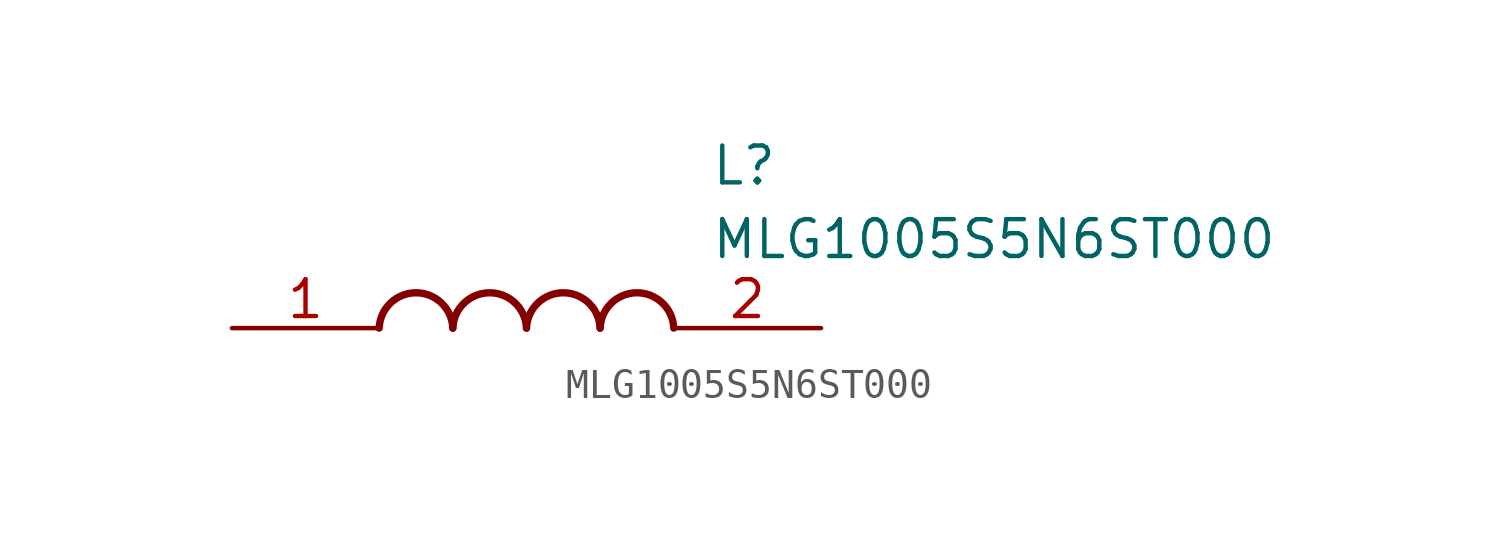
<source format=kicad_sym>
(kicad_symbol_lib
  (version 20211014)
  (generator SamacSys_ECAD_Model)
  (symbol "MLG1005S5N6ST000"
    (pin_names hide)
    (property "Reference" "L"
      (at 16.51 6.35 0)
      (effects (font (size 1.27 1.27)) (justify left top)))
    (property "Value" "MLG1005S5N6ST000"
      (at 16.51 3.81 0)
      (effects (font (size 1.27 1.27)) (justify left top)))
    (arc
      (start 7.62 0)
      (mid 6.35 1.219)
      (end 5.08 0)
      (stroke (width 0.254) (type default))
      (fill (type none)))
    (arc
      (start 10.16 0)
      (mid 8.89 1.219)
      (end 7.62 0)
      (stroke (width 0.254) (type default))
      (fill (type none)))
    (arc
      (start 12.7 0)
      (mid 11.43 1.219)
      (end 10.16 0)
      (stroke (width 0.254) (type default))
      (fill (type none)))
    (arc
      (start 15.24 0)
      (mid 13.97 1.219)
      (end 12.7 0)
      (stroke (width 0.254) (type default))
      (fill (type none)))
    (pin passive line
      (at 0 0 0)
      (length 5.08)
      (name "1" (effects (font (size 1.27 1.27))))
      (number "1" (effects (font (size 1.27 1.27)))))
    (pin passive line
      (at 20.32 0 180)
      (length 5.08)
      (name "2" (effects (font (size 1.27 1.27))))
      (number "2" (effects (font (size 1.27 1.27)))))))
</source>
